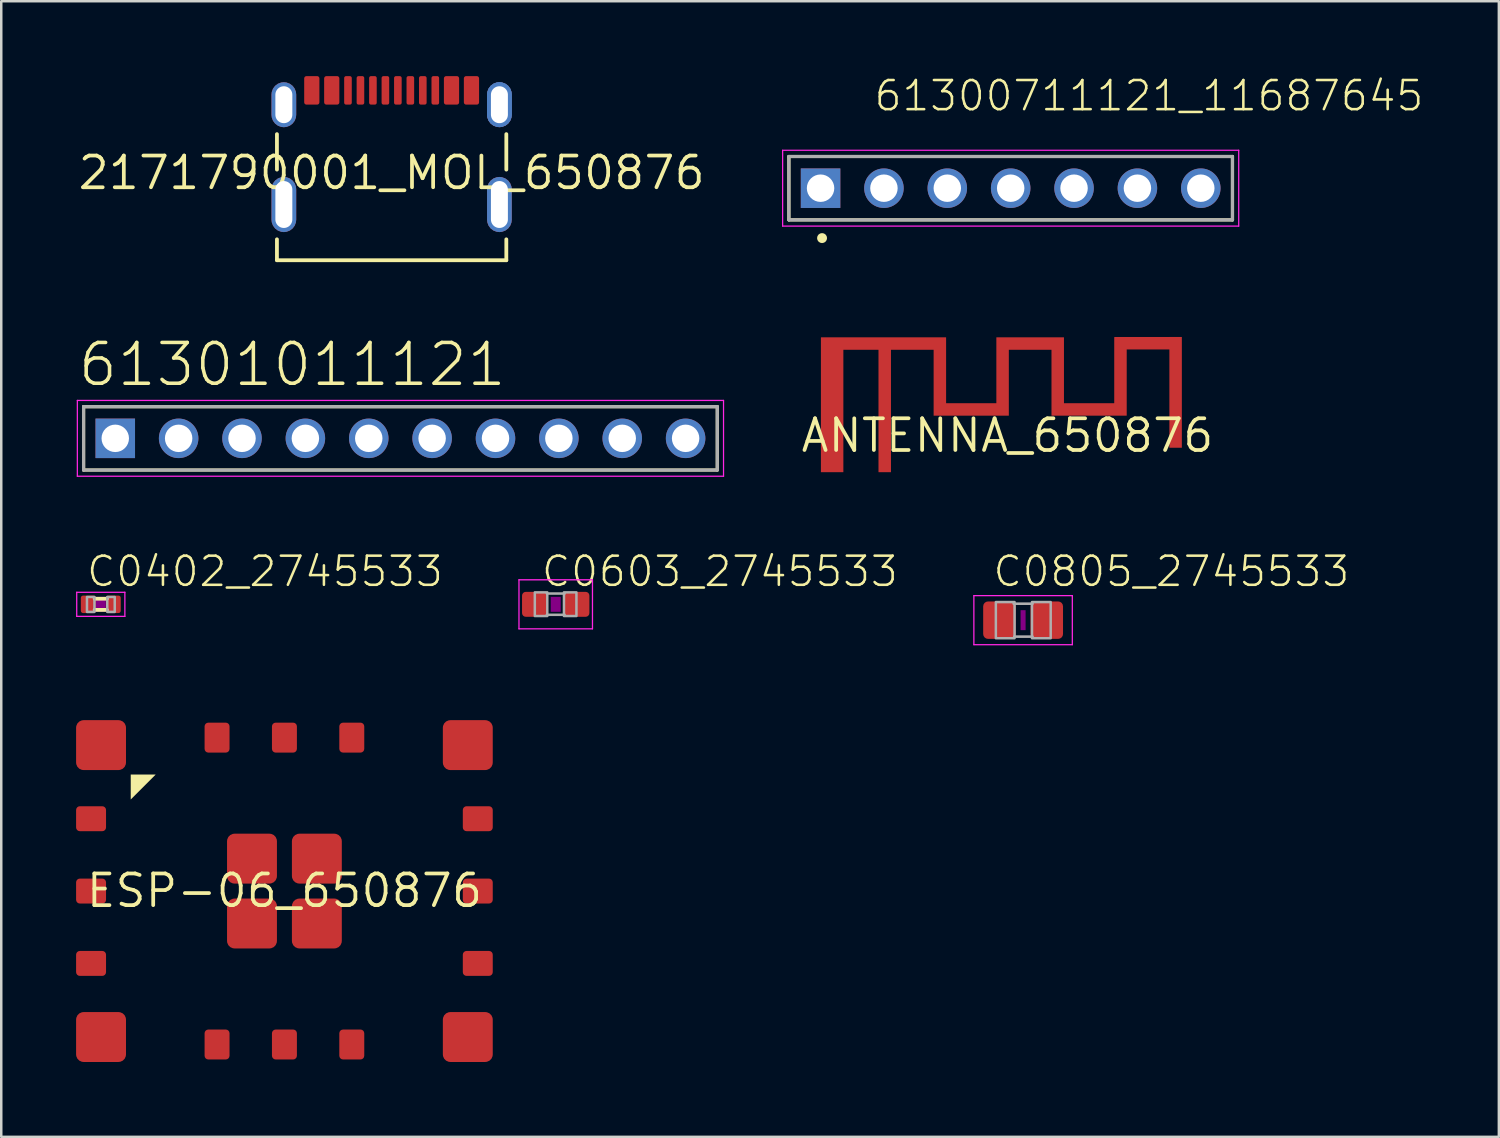
<source format=kicad_pcb>
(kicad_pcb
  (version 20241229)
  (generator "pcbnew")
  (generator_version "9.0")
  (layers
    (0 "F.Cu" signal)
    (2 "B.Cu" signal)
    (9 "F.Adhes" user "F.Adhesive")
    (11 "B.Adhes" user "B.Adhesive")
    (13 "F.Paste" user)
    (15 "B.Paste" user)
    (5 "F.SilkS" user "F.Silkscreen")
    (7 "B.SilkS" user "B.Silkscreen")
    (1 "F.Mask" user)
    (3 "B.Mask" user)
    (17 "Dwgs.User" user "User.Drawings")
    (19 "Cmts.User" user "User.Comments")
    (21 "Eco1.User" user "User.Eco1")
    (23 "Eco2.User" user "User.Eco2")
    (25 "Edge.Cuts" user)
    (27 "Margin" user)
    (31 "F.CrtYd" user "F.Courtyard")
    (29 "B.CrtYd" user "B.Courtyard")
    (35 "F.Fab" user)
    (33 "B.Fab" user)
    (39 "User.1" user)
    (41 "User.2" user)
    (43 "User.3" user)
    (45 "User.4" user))
  (footprint "C0603_2745533"
    (layer "F.Cu")
    (at 19.224 21.172)
    (property "Reference" "C0603_2745533" (at -0.635 -0.635 0) (unlocked yes) (layer "F.SilkS") (effects (font (size 1.168 1.168) (thickness 0.102)) (justify left bottom)))
    (fp_poly (pts (xy -0.2 0.3) (xy 0.2 0.3) (xy 0.2 -0.3) (xy -0.2 -0.3)) (stroke (width 0) (type default)) (fill yes) (layer "F.Adhes"))
    (fp_line (start -1.473 -0.983) (end 1.473 -0.983) (stroke (width 0.051) (type solid)) (layer "F.CrtYd"))
    (fp_line (start -1.473 0.983) (end -1.473 -0.983) (stroke (width 0.051) (type solid)) (layer "F.CrtYd"))
    (fp_line (start 1.473 -0.983) (end 1.473 0.983) (stroke (width 0.051) (type solid)) (layer "F.CrtYd"))
    (fp_line (start 1.473 0.983) (end -1.473 0.983) (stroke (width 0.051) (type solid)) (layer "F.CrtYd"))
    (fp_line (start -0.356 -0.432) (end 0.356 -0.432) (stroke (width 0.102) (type solid)) (layer "F.Fab"))
    (fp_line (start -0.356 0.419) (end 0.356 0.419) (stroke (width 0.102) (type solid)) (layer "F.Fab"))
    (fp_poly (pts (xy -0.838 0.47) (xy -0.338 0.47) (xy -0.338 -0.48) (xy -0.838 -0.48)) (stroke (width 0.1) (type default)) (fill no) (layer "F.Fab"))
    (fp_poly (pts (xy 0.33 0.47) (xy 0.83 0.47) (xy 0.83 -0.48) (xy 0.33 -0.48)) (stroke (width 0.1) (type default)) (fill no) (layer "F.Fab"))
    (pad "1" smd roundrect (at -0.85 0) (size 1 1) (layers "F.Cu" "F.Mask" "F.Paste") (roundrect_rratio 0.15))
    (pad "2" smd roundrect (at 0.85 0) (size 1 1) (layers "F.Cu" "F.Mask" "F.Paste") (roundrect_rratio 0.15)))
  (footprint "2171790001_MOL_650876"
    (layer "F.Cu")
    (at 12.647 3.875)
    (property "Reference" "2171790001_MOL_650876" (at 0 0 0) (unlocked yes) (layer "F.SilkS") (effects (font (size 1.27 1.27) (thickness 0.15))))
    (fp_line (start -4.597 -1.549) (end -4.597 -0.127) (stroke (width 0.152) (type solid)) (layer "F.SilkS"))
    (fp_line (start -4.597 2.667) (end -4.597 3.505) (stroke (width 0.152) (type solid)) (layer "F.SilkS"))
    (fp_line (start -4.597 3.505) (end 4.597 3.505) (stroke (width 0.152) (type solid)) (layer "F.SilkS"))
    (fp_line (start 4.597 -0.127) (end 4.597 -1.549) (stroke (width 0.152) (type solid)) (layer "F.SilkS"))
    (fp_line (start 4.597 3.505) (end 4.597 2.667) (stroke (width 0.152) (type solid)) (layer "F.SilkS"))
    (pad "2" smd roundrect (at 4.32 -2.733 270) (size 1.803 0.991) (layers "B.Cu" "B.Mask" "B.Paste") (roundrect_rratio 0.5))
    (pad "13" thru_hole roundrect (at -4.32 1.272 90) (size 2.21 0.991) (drill oval 1.88 0.68) (layers "*.Cu" "F.Mask" "F.Paste") (roundrect_rratio 0.5))
    (pad "14" thru_hole roundrect (at 4.32 1.272 90) (size 2.21 0.991) (drill oval 1.88 0.68) (layers "*.Cu" "F.Mask" "F.Paste") (roundrect_rratio 0.5))
    (pad "15" thru_hole roundrect (at -4.32 -2.728 90) (size 1.803 0.991) (drill oval 1.48 0.68) (layers "*.Cu" "F.Mask" "F.Paste") (roundrect_rratio 0.5))
    (pad "16" thru_hole roundrect (at 4.32 -2.728 90) (size 1.803 0.991) (drill oval 1.48 0.68) (layers "*.Cu" "F.Mask" "F.Paste") (roundrect_rratio 0.5))
    (pad "A1/B12" smd roundrect (at -3.2 -3.303) (size 0.61 1.143) (layers "F.Cu" "F.Mask" "F.Paste") (roundrect_rratio 0.15))
    (pad "A4/B9" smd roundrect (at -2.4 -3.303) (size 0.61 1.143) (layers "F.Cu" "F.Mask" "F.Paste") (roundrect_rratio 0.15))
    (pad "A5" smd roundrect (at -1.25 -3.303) (size 0.305 1.143) (layers "F.Cu" "F.Mask" "F.Paste") (roundrect_rratio 0.25))
    (pad "A6" smd roundrect (at -0.25 -3.303) (size 0.305 1.143) (layers "F.Cu" "F.Mask" "F.Paste") (roundrect_rratio 0.25))
    (pad "A7" smd roundrect (at 0.25 -3.303) (size 0.305 1.143) (layers "F.Cu" "F.Mask" "F.Paste") (roundrect_rratio 0.25))
    (pad "A8" smd roundrect (at 1.25 -3.303) (size 0.305 1.143) (layers "F.Cu" "F.Mask" "F.Paste") (roundrect_rratio 0.25))
    (pad "B1/A12" smd roundrect (at 3.2 -3.303) (size 0.61 1.143) (layers "F.Cu" "F.Mask" "F.Paste") (roundrect_rratio 0.15))
    (pad "B4/A9" smd roundrect (at 2.4 -3.303) (size 0.61 1.143) (layers "F.Cu" "F.Mask" "F.Paste") (roundrect_rratio 0.15))
    (pad "B5" smd roundrect (at 1.75 -3.303) (size 0.305 1.143) (layers "F.Cu" "F.Mask" "F.Paste") (roundrect_rratio 0.25))
    (pad "B6" smd roundrect (at 0.75 -3.303) (size 0.305 1.143) (layers "F.Cu" "F.Mask" "F.Paste") (roundrect_rratio 0.25))
    (pad "B7" smd roundrect (at -0.75 -3.303) (size 0.305 1.143) (layers "F.Cu" "F.Mask" "F.Paste") (roundrect_rratio 0.25))
    (pad "B8" smd roundrect (at -1.75 -3.303) (size 0.305 1.143) (layers "F.Cu" "F.Mask" "F.Paste") (roundrect_rratio 0.25)))
  (footprint "61300711121_11687645"
    (layer "F.Cu")
    (at 37.459 4.493)
    (property "Reference" "61300711121_11687645" (at -5.536 -3.02 0) (unlocked yes) (layer "F.SilkS") (effects (font (size 1.168 1.168) (thickness 0.102)) (justify left bottom)))
    (fp_line (start -8.89 -1.27) (end 8.89 -1.27) (stroke (width 0.127) (type solid)) (layer "F.SilkS"))
    (fp_line (start -8.89 1.27) (end -8.89 -1.27) (stroke (width 0.127) (type solid)) (layer "F.SilkS"))
    (fp_line (start 8.89 -1.27) (end 8.89 1.27) (stroke (width 0.127) (type solid)) (layer "F.SilkS"))
    (fp_line (start 8.89 1.27) (end -8.89 1.27) (stroke (width 0.127) (type solid)) (layer "F.SilkS"))
    (fp_circle (center -7.56 2) (end -7.46 2) (stroke (width 0.2) (type solid)) (fill no) (layer "F.SilkS"))
    (fp_line (start -9.14 -1.52) (end -9.14 1.52) (stroke (width 0.05) (type solid)) (layer "F.CrtYd"))
    (fp_line (start -9.14 1.52) (end 9.14 1.52) (stroke (width 0.05) (type solid)) (layer "F.CrtYd"))
    (fp_line (start 9.14 -1.52) (end -9.14 -1.52) (stroke (width 0.05) (type solid)) (layer "F.CrtYd"))
    (fp_line (start 9.14 1.52) (end 9.14 -1.52) (stroke (width 0.05) (type solid)) (layer "F.CrtYd"))
    (fp_line (start -8.89 -1.27) (end 8.89 -1.27) (stroke (width 0.127) (type solid)) (layer "F.Fab"))
    (fp_line (start -8.89 1.27) (end -8.89 -1.27) (stroke (width 0.127) (type solid)) (layer "F.Fab"))
    (fp_line (start 8.89 -1.27) (end 8.89 1.27) (stroke (width 0.127) (type solid)) (layer "F.Fab"))
    (fp_line (start 8.89 1.27) (end -8.89 1.27) (stroke (width 0.127) (type solid)) (layer "F.Fab"))
    (pad "1" thru_hole rect (at -7.62 0) (size 1.584 1.584) (drill 1.1) (layers "*.Cu" "*.Mask"))
    (pad "2" thru_hole circle (at -5.08 0) (size 1.584 1.584) (drill 1.1) (layers "*.Cu" "*.Mask"))
    (pad "3" thru_hole circle (at -2.54 0) (size 1.584 1.584) (drill 1.1) (layers "*.Cu" "*.Mask"))
    (pad "4" thru_hole circle (at 0 0) (size 1.584 1.584) (drill 1.1) (layers "*.Cu" "*.Mask"))
    (pad "5" thru_hole circle (at 2.54 0) (size 1.584 1.584) (drill 1.1) (layers "*.Cu" "*.Mask"))
    (pad "6" thru_hole circle (at 5.08 0) (size 1.584 1.584) (drill 1.1) (layers "*.Cu" "*.Mask"))
    (pad "7" thru_hole circle (at 7.62 0) (size 1.584 1.584) (drill 1.1) (layers "*.Cu" "*.Mask")))
  (footprint "C0805_2745533"
    (layer "F.Cu")
    (at 37.957 21.807)
    (property "Reference" "C0805_2745533" (at -1.27 -1.27 0) (unlocked yes) (layer "F.SilkS") (effects (font (size 1.168 1.168) (thickness 0.102)) (justify left bottom)))
    (fp_poly (pts (xy -0.1 0.4) (xy 0.1 0.4) (xy 0.1 -0.4) (xy -0.1 -0.4)) (stroke (width 0) (type default)) (fill yes) (layer "F.Adhes"))
    (fp_line (start -1.973 -0.983) (end 1.973 -0.983) (stroke (width 0.051) (type solid)) (layer "F.CrtYd"))
    (fp_line (start -1.973 0.983) (end -1.973 -0.983) (stroke (width 0.051) (type solid)) (layer "F.CrtYd"))
    (fp_line (start 1.973 -0.983) (end 1.973 0.983) (stroke (width 0.051) (type solid)) (layer "F.CrtYd"))
    (fp_line (start 1.973 0.983) (end -1.973 0.983) (stroke (width 0.051) (type solid)) (layer "F.CrtYd"))
    (fp_line (start -0.381 -0.66) (end 0.381 -0.66) (stroke (width 0.102) (type solid)) (layer "F.Fab"))
    (fp_line (start -0.356 0.66) (end 0.381 0.66) (stroke (width 0.102) (type solid)) (layer "F.Fab"))
    (fp_poly (pts (xy -1.092 0.724) (xy -0.342 0.724) (xy -0.342 -0.726) (xy -1.092 -0.726)) (stroke (width 0.1) (type default)) (fill no) (layer "F.Fab"))
    (fp_poly (pts (xy 0.356 0.724) (xy 1.106 0.724) (xy 1.106 -0.726) (xy 0.356 -0.726)) (stroke (width 0.1) (type default)) (fill no) (layer "F.Fab"))
    (pad "1" smd roundrect (at -0.95 0) (size 1.3 1.5) (layers "F.Cu" "F.Mask" "F.Paste") (roundrect_rratio 0.15))
    (pad "2" smd roundrect (at 0.95 0) (size 1.3 1.5) (layers "F.Cu" "F.Mask" "F.Paste") (roundrect_rratio 0.15)))
  (footprint "C0402_2745533"
    (layer "F.Cu")
    (at 0.99 21.172)
    (property "Reference" "C0402_2745533" (at -0.635 -0.635 0) (unlocked yes) (layer "F.SilkS") (effects (font (size 1.168 1.168) (thickness 0.102)) (justify left bottom)))
    (fp_line (start -0.245 -0.224) (end 0.245 -0.224) (stroke (width 0.152) (type solid)) (layer "F.SilkS"))
    (fp_line (start 0.245 0.224) (end -0.245 0.224) (stroke (width 0.152) (type solid)) (layer "F.SilkS"))
    (fp_poly (pts (xy -0.2 0.3) (xy 0.2 0.3) (xy 0.2 -0.3) (xy -0.2 -0.3)) (stroke (width 0) (type default)) (fill yes) (layer "F.Adhes"))
    (fp_line (start -0.965 -0.483) (end 0.965 -0.483) (stroke (width 0.051) (type solid)) (layer "F.CrtYd"))
    (fp_line (start -0.965 0.483) (end -0.965 -0.483) (stroke (width 0.051) (type solid)) (layer "F.CrtYd"))
    (fp_line (start 0.965 -0.483) (end 0.965 0.483) (stroke (width 0.051) (type solid)) (layer "F.CrtYd"))
    (fp_line (start 0.965 0.483) (end -0.965 0.483) (stroke (width 0.051) (type solid)) (layer "F.CrtYd"))
    (fp_poly (pts (xy -0.554 0.305) (xy -0.254 0.305) (xy -0.254 -0.295) (xy -0.554 -0.295)) (stroke (width 0.1) (type default)) (fill no) (layer "F.Fab"))
    (fp_poly (pts (xy 0.259 0.305) (xy 0.559 0.305) (xy 0.559 -0.295) (xy 0.259 -0.295)) (stroke (width 0.1) (type default)) (fill no) (layer "F.Fab"))
    (pad "1" smd roundrect (at -0.5 0) (size 0.6 0.7) (layers "F.Cu" "F.Mask" "F.Paste") (roundrect_rratio 0.15))
    (pad "2" smd roundrect (at 0.5 0) (size 0.6 0.7) (layers "F.Cu" "F.Mask" "F.Paste") (roundrect_rratio 0.15)))
  (footprint "61301011121"
    (layer "F.Cu")
    (at 13 14.519)
    (property "Reference" "61301011121" (at -13 -2 0) (unlocked yes) (layer "F.SilkS") (effects (font (size 1.636 1.636) (thickness 0.142)) (justify left bottom)))
    (fp_line (start -12.7 -1.27) (end -12.7 1.27) (stroke (width 0.127) (type solid)) (layer "F.SilkS"))
    (fp_line (start -12.7 1.27) (end 12.7 1.27) (stroke (width 0.127) (type solid)) (layer "F.SilkS"))
    (fp_line (start 12.7 -1.27) (end -12.7 -1.27) (stroke (width 0.127) (type solid)) (layer "F.SilkS"))
    (fp_line (start 12.7 1.27) (end 12.7 -1.27) (stroke (width 0.127) (type solid)) (layer "F.SilkS"))
    (fp_line (start -12.95 -1.52) (end -12.95 1.52) (stroke (width 0.05) (type solid)) (layer "F.CrtYd"))
    (fp_line (start -12.95 1.52) (end 12.95 1.52) (stroke (width 0.05) (type solid)) (layer "F.CrtYd"))
    (fp_line (start 12.95 -1.52) (end -12.95 -1.52) (stroke (width 0.05) (type solid)) (layer "F.CrtYd"))
    (fp_line (start 12.95 1.52) (end 12.95 -1.52) (stroke (width 0.05) (type solid)) (layer "F.CrtYd"))
    (fp_line (start -12.7 -1.27) (end -12.7 1.27) (stroke (width 0.127) (type solid)) (layer "F.Fab"))
    (fp_line (start -12.7 1.27) (end 12.7 1.27) (stroke (width 0.127) (type solid)) (layer "F.Fab"))
    (fp_line (start 12.7 -1.27) (end -12.7 -1.27) (stroke (width 0.127) (type solid)) (layer "F.Fab"))
    (fp_line (start 12.7 1.27) (end 12.7 -1.27) (stroke (width 0.127) (type solid)) (layer "F.Fab"))
    (pad "1" thru_hole rect (at -11.43 0) (size 1.584 1.584) (drill 1.1) (layers "*.Cu" "*.Mask"))
    (pad "2" thru_hole circle (at -8.89 0) (size 1.584 1.584) (drill 1.1) (layers "*.Cu" "*.Mask"))
    (pad "3" thru_hole circle (at -6.35 0) (size 1.584 1.584) (drill 1.1) (layers "*.Cu" "*.Mask"))
    (pad "4" thru_hole circle (at -3.81 0) (size 1.584 1.584) (drill 1.1) (layers "*.Cu" "*.Mask"))
    (pad "5" thru_hole circle (at -1.27 0) (size 1.584 1.584) (drill 1.1) (layers "*.Cu" "*.Mask"))
    (pad "6" thru_hole circle (at 1.27 0) (size 1.584 1.584) (drill 1.1) (layers "*.Cu" "*.Mask"))
    (pad "7" thru_hole circle (at 3.81 0) (size 1.584 1.584) (drill 1.1) (layers "*.Cu" "*.Mask"))
    (pad "8" thru_hole circle (at 6.35 0) (size 1.584 1.584) (drill 1.1) (layers "*.Cu" "*.Mask"))
    (pad "9" thru_hole circle (at 8.89 0) (size 1.584 1.584) (drill 1.1) (layers "*.Cu" "*.Mask"))
    (pad "10" thru_hole circle (at 11.43 0) (size 1.584 1.584) (drill 1.1) (layers "*.Cu" "*.Mask")))
  (footprint "ESP-06_650876"
    (layer "F.Cu")
    (at 8.352 32.649)
    (property "Reference" "ESP-06_650876" (at 0 0 0) (unlocked yes) (layer "F.SilkS") (effects (font (size 1.27 1.27) (thickness 0.15))))
    (fp_poly (pts (xy -6.162 -3.654) (xy -6.162 -4.654) (xy -5.162 -4.654)) (stroke (width 0) (type default)) (fill yes) (layer "F.SilkS"))
    (pad "P$1" smd roundrect (at -7.352 5.866) (size 2 2) (layers "F.Cu" "F.Mask" "F.Paste") (roundrect_rratio 0.15))
    (pad "P$2" smd roundrect (at -7.752 2.916) (size 1.2 1) (layers "F.Cu" "F.Mask" "F.Paste") (roundrect_rratio 0.15))
    (pad "P$3" smd roundrect (at -7.752 0.016) (size 1.2 1) (layers "F.Cu" "F.Mask" "F.Paste") (roundrect_rratio 0.15))
    (pad "P$4" smd roundrect (at -7.752 -2.884) (size 1.2 1) (layers "F.Cu" "F.Mask" "F.Paste") (roundrect_rratio 0.15))
    (pad "P$5" smd roundrect (at -7.352 -5.834) (size 2 2) (layers "F.Cu" "F.Mask" "F.Paste") (roundrect_rratio 0.15))
    (pad "P$6" smd roundrect (at -2.702 -6.134 90) (size 1.2 1) (layers "F.Cu" "F.Mask" "F.Paste") (roundrect_rratio 0.15))
    (pad "P$7" smd roundrect (at -0.002 -6.134 90) (size 1.2 1) (layers "F.Cu" "F.Mask" "F.Paste") (roundrect_rratio 0.15))
    (pad "P$8" smd roundrect (at 2.698 -6.134 90) (size 1.2 1) (layers "F.Cu" "F.Mask" "F.Paste") (roundrect_rratio 0.15))
    (pad "P$9" smd roundrect (at 7.348 -5.834) (size 2 2) (layers "F.Cu" "F.Mask" "F.Paste") (roundrect_rratio 0.15))
    (pad "P$10" smd roundrect (at 7.748 -2.884 180) (size 1.2 1) (layers "F.Cu" "F.Mask" "F.Paste") (roundrect_rratio 0.15))
    (pad "P$11" smd roundrect (at 7.748 0.016 180) (size 1.2 1) (layers "F.Cu" "F.Mask" "F.Paste") (roundrect_rratio 0.15))
    (pad "P$12" smd roundrect (at 7.748 2.916 180) (size 1.2 1) (layers "F.Cu" "F.Mask" "F.Paste") (roundrect_rratio 0.15))
    (pad "P$13" smd roundrect (at 7.348 5.866) (size 2 2) (layers "F.Cu" "F.Mask" "F.Paste") (roundrect_rratio 0.15))
    (pad "P$14" smd roundrect (at 2.698 6.166 270) (size 1.2 1) (layers "F.Cu" "F.Mask" "F.Paste") (roundrect_rratio 0.15))
    (pad "P$15" smd roundrect (at -0.002 6.166 270) (size 1.2 1) (layers "F.Cu" "F.Mask" "F.Paste") (roundrect_rratio 0.15))
    (pad "P$16" smd roundrect (at -2.702 6.166 270) (size 1.2 1) (layers "F.Cu" "F.Mask" "F.Paste") (roundrect_rratio 0.15))
    (pad "P$17" smd roundrect (at -1.302 1.316) (size 2 2) (layers "F.Cu" "F.Mask" "F.Paste") (roundrect_rratio 0.15))
    (pad "P$18" smd roundrect (at 1.298 1.316) (size 2 2) (layers "F.Cu" "F.Mask" "F.Paste") (roundrect_rratio 0.15))
    (pad "P$19" smd roundrect (at 1.298 -1.284) (size 2 2) (layers "F.Cu" "F.Mask" "F.Paste") (roundrect_rratio 0.15))
    (pad "P$20" smd roundrect (at -1.302 -1.284) (size 2 2) (layers "F.Cu" "F.Mask" "F.Paste") (roundrect_rratio 0.15)))
  (footprint "ANTENNA_650876"
    (layer "F.Cu")
    (at 37.328 14.406)
    (property "Reference" "ANTENNA_650876" (at 0 0 0) (unlocked yes) (layer "F.SilkS") (effects (font (size 1.27 1.27) (thickness 0.15))))
    (fp_poly (pts (xy 6.992 0.49) (xy 6.492 0.49) (xy 6.492 -3.449) (xy 4.782 -3.449) (xy 4.782 -0.795) (xy 4.774 -0.795) (xy 4.774 -0.795) (xy 1.774 -0.795) (xy 1.774 -0.795) (xy 1.767 -0.795) (xy 1.767 -3.436) (xy 0.057 -3.436) (xy 0.057 -0.795) (xy 0.05 -0.795) (xy 0.05 -0.795) (xy -2.95 -0.795) (xy -2.95 -0.795) (xy -2.957 -0.795) (xy -2.957 -3.436) (xy -4.667 -3.436) (xy -4.667 1.47) (xy -5.167 1.47) (xy -5.167 -3.436) (xy -6.575 -3.436) (xy -6.575 1.47) (xy -7.475 1.47) (xy -7.475 -3.93) (xy -7.468 -3.93) (xy -7.468 -3.936) (xy -2.468 -3.936) (xy -2.468 -3.935) (xy -2.457 -3.935) (xy -2.457 -1.295) (xy -0.443 -1.295) (xy -0.443 -3.935) (xy -0.438 -3.935) (xy -0.438 -3.936) (xy 2.262 -3.936) (xy 2.262 -3.935) (xy 2.267 -3.935) (xy 2.267 -1.295) (xy 4.282 -1.295) (xy 4.282 -3.935) (xy 4.287 -3.935) (xy 4.287 -3.949) (xy 6.492 -3.949) (xy 6.492 -3.95) (xy 6.992 -3.95)) (stroke (width 0) (type default)) (fill yes) (layer "F.Cu"))
    (fp_poly (pts (xy 6.992 0.49) (xy 6.492 0.49) (xy 6.492 -3.449) (xy 4.782 -3.449) (xy 4.782 -0.795) (xy 4.774 -0.795) (xy 4.774 -0.795) (xy 1.774 -0.795) (xy 1.774 -0.795) (xy 1.767 -0.795) (xy 1.767 -3.436) (xy 0.057 -3.436) (xy 0.057 -0.795) (xy 0.05 -0.795) (xy 0.05 -0.795) (xy -2.95 -0.795) (xy -2.95 -0.795) (xy -2.957 -0.795) (xy -2.957 -3.436) (xy -4.667 -3.436) (xy -4.667 1.47) (xy -5.167 1.47) (xy -5.167 -3.436) (xy -6.575 -3.436) (xy -6.575 1.47) (xy -7.475 1.47) (xy -7.475 -3.93) (xy -7.468 -3.93) (xy -7.468 -3.936) (xy -2.468 -3.936) (xy -2.468 -3.935) (xy -2.457 -3.935) (xy -2.457 -1.295) (xy -0.443 -1.295) (xy -0.443 -3.935) (xy -0.438 -3.935) (xy -0.438 -3.936) (xy 2.262 -3.936) (xy 2.262 -3.935) (xy 2.267 -3.935) (xy 2.267 -1.295) (xy 4.282 -1.295) (xy 4.282 -3.935) (xy 4.287 -3.935) (xy 4.287 -3.949) (xy 6.492 -3.949) (xy 6.492 -3.95) (xy 6.992 -3.95)) (stroke (width 0) (type default)) (fill yes) (layer "F.Mask"))
    (pad "P$1" smd roundrect (at -7.017 1.082 90) (size 0.5 0.5) (layers "F.Cu" "F.Mask") (roundrect_rratio 0.152))
    (pad "P$2" smd roundrect (at -4.917 1.232 90) (size 0.25 0.25) (layers "F.Cu" "F.Mask") (roundrect_rratio 0.305)))
  (gr_rect
    (start -3 -3)
    (end 57.026 42.515)
    (stroke (width 0.1) (type default))
    (fill no)
    (layer "Edge.Cuts")))
</source>
